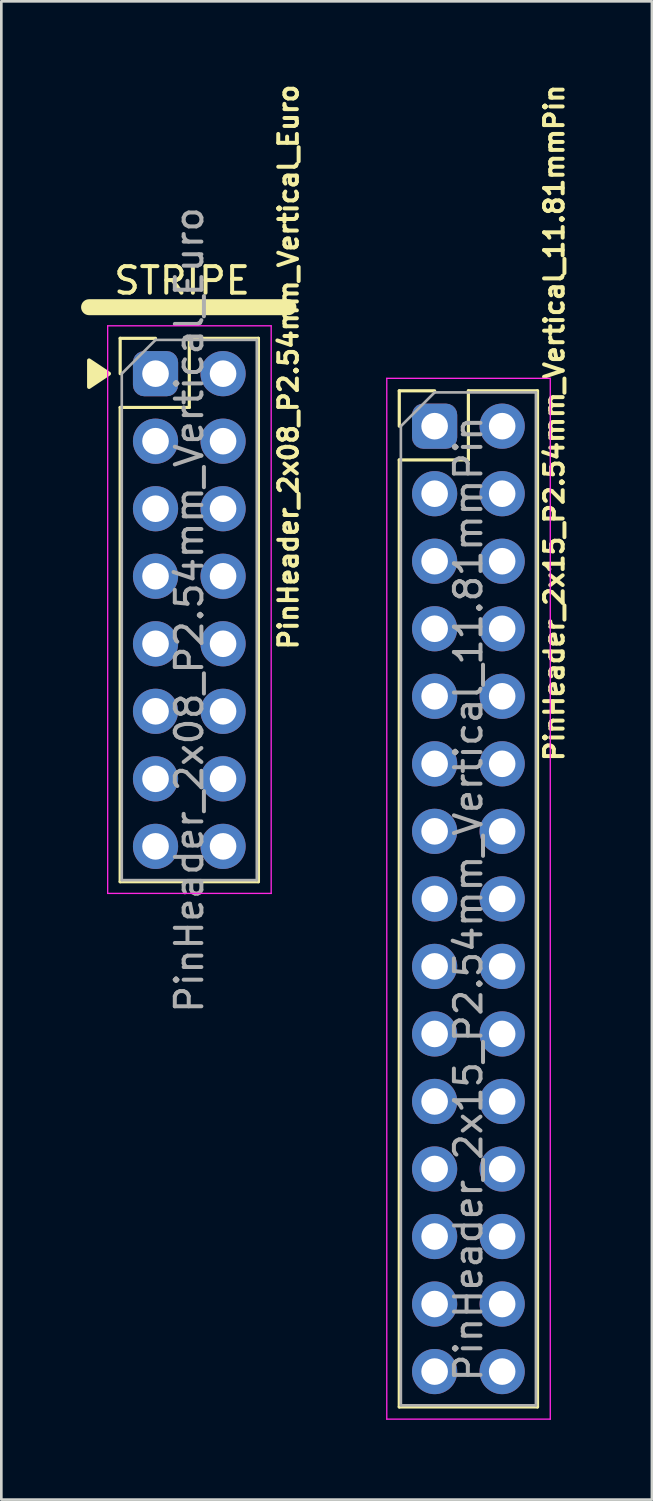
<source format=kicad_pcb>
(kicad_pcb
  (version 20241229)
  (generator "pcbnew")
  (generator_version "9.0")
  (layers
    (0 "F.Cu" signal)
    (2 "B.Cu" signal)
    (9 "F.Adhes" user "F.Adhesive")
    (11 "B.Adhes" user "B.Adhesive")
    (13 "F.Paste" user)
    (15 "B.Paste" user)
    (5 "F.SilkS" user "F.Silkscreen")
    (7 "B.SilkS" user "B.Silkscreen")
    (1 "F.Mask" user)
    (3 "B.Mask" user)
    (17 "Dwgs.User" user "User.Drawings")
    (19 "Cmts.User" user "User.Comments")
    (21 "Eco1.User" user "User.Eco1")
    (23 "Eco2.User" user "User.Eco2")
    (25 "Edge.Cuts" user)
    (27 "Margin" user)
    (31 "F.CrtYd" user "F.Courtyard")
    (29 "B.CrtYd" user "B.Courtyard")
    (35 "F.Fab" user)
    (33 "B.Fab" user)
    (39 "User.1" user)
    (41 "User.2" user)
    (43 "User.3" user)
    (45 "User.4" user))
  (footprint "PinHeader_2x15_P2.54mm_Vertical_11.81mmPin"
    (layer "F.Cu")
    (at 13.298 12.98)
    (property "Reference" "PinHeader_2x15_P2.54mm_Vertical_11.81mmPin" (at 4.5 -0.125 90) (layer "F.SilkS") (effects (font (size 0.7 0.7) (thickness 0.15))))
    (attr through_hole)
    (fp_line (start -1.33 -1.33) (end 0 -1.33) (stroke (width 0.12) (type solid)) (layer "F.SilkS"))
    (fp_line (start -1.33 0) (end -1.33 -1.33) (stroke (width 0.12) (type solid)) (layer "F.SilkS"))
    (fp_line (start -1.33 1.27) (end -1.33 36.89) (stroke (width 0.12) (type solid)) (layer "F.SilkS"))
    (fp_line (start -1.33 1.27) (end 1.27 1.27) (stroke (width 0.12) (type solid)) (layer "F.SilkS"))
    (fp_line (start -1.33 36.89) (end 3.87 36.89) (stroke (width 0.12) (type solid)) (layer "F.SilkS"))
    (fp_line (start 1.27 -1.33) (end 3.87 -1.33) (stroke (width 0.12) (type solid)) (layer "F.SilkS"))
    (fp_line (start 1.27 1.27) (end 1.27 -1.33) (stroke (width 0.12) (type solid)) (layer "F.SilkS"))
    (fp_line (start 3.87 -1.33) (end 3.87 36.89) (stroke (width 0.12) (type solid)) (layer "F.SilkS"))
    (fp_line (start -1.8 -1.8) (end -1.8 37.35) (stroke (width 0.05) (type solid)) (layer "F.CrtYd"))
    (fp_line (start -1.8 37.35) (end 4.35 37.35) (stroke (width 0.05) (type solid)) (layer "F.CrtYd"))
    (fp_line (start 4.35 -1.8) (end -1.8 -1.8) (stroke (width 0.05) (type solid)) (layer "F.CrtYd"))
    (fp_line (start 4.35 37.35) (end 4.35 -1.8) (stroke (width 0.05) (type solid)) (layer "F.CrtYd"))
    (fp_line (start -1.27 0) (end 0 -1.27) (stroke (width 0.1) (type solid)) (layer "F.Fab"))
    (fp_line (start -1.27 36.83) (end -1.27 0) (stroke (width 0.1) (type solid)) (layer "F.Fab"))
    (fp_line (start 0 -1.27) (end 3.81 -1.27) (stroke (width 0.1) (type solid)) (layer "F.Fab"))
    (fp_line (start 3.81 -1.27) (end 3.81 36.83) (stroke (width 0.1) (type solid)) (layer "F.Fab"))
    (fp_line (start 3.81 36.83) (end -1.27 36.83) (stroke (width 0.1) (type solid)) (layer "F.Fab"))
    (fp_text user "${REFERENCE}" (at 1.27 17.78 90) (layer "F.Fab") (effects (font (size 1 1) (thickness 0.15))))
    (pad "1" thru_hole roundrect (at 0 0) (size 1.7 1.7) (drill 1) (layers "*.Cu" "*.Mask") (roundrect_rratio 0.25))
    (pad "2" thru_hole oval (at 2.54 0) (size 1.7 1.7) (drill 1) (layers "*.Cu" "*.Mask"))
    (pad "3" thru_hole oval (at 0 2.54) (size 1.7 1.7) (drill 1) (layers "*.Cu" "*.Mask"))
    (pad "4" thru_hole oval (at 2.54 2.54) (size 1.7 1.7) (drill 1) (layers "*.Cu" "*.Mask"))
    (pad "5" thru_hole oval (at 0 5.08) (size 1.7 1.7) (drill 1) (layers "*.Cu" "*.Mask"))
    (pad "6" thru_hole oval (at 2.54 5.08) (size 1.7 1.7) (drill 1) (layers "*.Cu" "*.Mask"))
    (pad "7" thru_hole oval (at 0 7.62) (size 1.7 1.7) (drill 1) (layers "*.Cu" "*.Mask"))
    (pad "8" thru_hole oval (at 2.54 7.62) (size 1.7 1.7) (drill 1) (layers "*.Cu" "*.Mask"))
    (pad "9" thru_hole oval (at 0 10.16) (size 1.7 1.7) (drill 1) (layers "*.Cu" "*.Mask"))
    (pad "10" thru_hole oval (at 2.54 10.16) (size 1.7 1.7) (drill 1) (layers "*.Cu" "*.Mask"))
    (pad "11" thru_hole oval (at 0 12.7) (size 1.7 1.7) (drill 1) (layers "*.Cu" "*.Mask"))
    (pad "12" thru_hole oval (at 2.54 12.7) (size 1.7 1.7) (drill 1) (layers "*.Cu" "*.Mask"))
    (pad "13" thru_hole oval (at 0 15.24) (size 1.7 1.7) (drill 1) (layers "*.Cu" "*.Mask"))
    (pad "14" thru_hole oval (at 2.54 15.24) (size 1.7 1.7) (drill 1) (layers "*.Cu" "*.Mask"))
    (pad "15" thru_hole oval (at 0 17.78) (size 1.7 1.7) (drill 1) (layers "*.Cu" "*.Mask"))
    (pad "16" thru_hole oval (at 2.54 17.78) (size 1.7 1.7) (drill 1) (layers "*.Cu" "*.Mask"))
    (pad "17" thru_hole oval (at 0 20.32) (size 1.7 1.7) (drill 1) (layers "*.Cu" "*.Mask"))
    (pad "18" thru_hole oval (at 2.54 20.32) (size 1.7 1.7) (drill 1) (layers "*.Cu" "*.Mask"))
    (pad "19" thru_hole oval (at 0 22.86) (size 1.7 1.7) (drill 1) (layers "*.Cu" "*.Mask"))
    (pad "20" thru_hole oval (at 2.54 22.86) (size 1.7 1.7) (drill 1) (layers "*.Cu" "*.Mask"))
    (pad "21" thru_hole oval (at 0 25.4) (size 1.7 1.7) (drill 1) (layers "*.Cu" "*.Mask"))
    (pad "22" thru_hole oval (at 2.54 25.4) (size 1.7 1.7) (drill 1) (layers "*.Cu" "*.Mask"))
    (pad "23" thru_hole oval (at 0 27.94) (size 1.7 1.7) (drill 1) (layers "*.Cu" "*.Mask"))
    (pad "24" thru_hole oval (at 2.54 27.94) (size 1.7 1.7) (drill 1) (layers "*.Cu" "*.Mask"))
    (pad "25" thru_hole oval (at 0 30.48) (size 1.7 1.7) (drill 1) (layers "*.Cu" "*.Mask"))
    (pad "26" thru_hole oval (at 2.54 30.48) (size 1.7 1.7) (drill 1) (layers "*.Cu" "*.Mask"))
    (pad "27" thru_hole oval (at 0 33.02) (size 1.7 1.7) (drill 1) (layers "*.Cu" "*.Mask"))
    (pad "28" thru_hole oval (at 2.54 33.02) (size 1.7 1.7) (drill 1) (layers "*.Cu" "*.Mask"))
    (pad "29" thru_hole oval (at 0 35.56) (size 1.7 1.7) (drill 1) (layers "*.Cu" "*.Mask"))
    (pad "30" thru_hole oval (at 2.54 35.56) (size 1.7 1.7) (drill 1) (layers "*.Cu" "*.Mask")))
  (footprint "PinHeader_2x08_P2.54mm_Vertical_Euro"
    (layer "F.Cu")
    (at 2.8 11.005)
    (property "Reference" "PinHeader_2x08_P2.54mm_Vertical_Euro" (at 5 -0.25 270) (layer "F.SilkS") (effects (font (size 0.7 0.7) (thickness 0.15))))
    (attr through_hole)
    (fp_line (start -1.33 -1.33) (end 0 -1.33) (stroke (width 0.12) (type solid)) (layer "F.SilkS"))
    (fp_line (start -1.33 0) (end -1.33 -1.33) (stroke (width 0.12) (type solid)) (layer "F.SilkS"))
    (fp_line (start -1.33 1.27) (end -1.33 19.11) (stroke (width 0.12) (type solid)) (layer "F.SilkS"))
    (fp_line (start -1.33 1.27) (end 1.27 1.27) (stroke (width 0.12) (type solid)) (layer "F.SilkS"))
    (fp_line (start -1.33 19.11) (end 3.87 19.11) (stroke (width 0.12) (type solid)) (layer "F.SilkS"))
    (fp_line (start 1.27 -1.33) (end 3.87 -1.33) (stroke (width 0.12) (type solid)) (layer "F.SilkS"))
    (fp_line (start 1.27 1.27) (end 1.27 -1.33) (stroke (width 0.12) (type solid)) (layer "F.SilkS"))
    (fp_line (start 3.87 -1.33) (end 3.87 19.11) (stroke (width 0.12) (type solid)) (layer "F.SilkS"))
    (fp_line (start 5 -2.5) (end -2.5 -2.5) (stroke (width 0.6) (type solid)) (layer "F.SilkS"))
    (fp_poly (pts (xy -1.75 0) (xy -2.5 -0.5) (xy -2.5 0.5)) (stroke (width 0.15) (type solid)) (fill yes) (layer "F.SilkS"))
    (fp_line (start -1.8 -1.8) (end -1.8 19.55) (stroke (width 0.05) (type solid)) (layer "F.CrtYd"))
    (fp_line (start -1.8 19.55) (end 4.35 19.55) (stroke (width 0.05) (type solid)) (layer "F.CrtYd"))
    (fp_line (start 4.35 -1.8) (end -1.8 -1.8) (stroke (width 0.05) (type solid)) (layer "F.CrtYd"))
    (fp_line (start 4.35 19.55) (end 4.35 -1.8) (stroke (width 0.05) (type solid)) (layer "F.CrtYd"))
    (fp_line (start -1.27 0) (end 0 -1.27) (stroke (width 0.1) (type solid)) (layer "F.Fab"))
    (fp_line (start -1.27 19.05) (end -1.27 0) (stroke (width 0.1) (type solid)) (layer "F.Fab"))
    (fp_line (start 0 -1.27) (end 3.81 -1.27) (stroke (width 0.1) (type solid)) (layer "F.Fab"))
    (fp_line (start 3.81 -1.27) (end 3.81 19.05) (stroke (width 0.1) (type solid)) (layer "F.Fab"))
    (fp_line (start 3.81 19.05) (end -1.27 19.05) (stroke (width 0.1) (type solid)) (layer "F.Fab"))
    (fp_text user "STRIPE" (at 1 -3.5 0) (layer "F.SilkS") (effects (font (size 1 1) (thickness 0.15))))
    (fp_text user "${REFERENCE}" (at 1.27 8.89 90) (layer "F.Fab") (effects (font (size 1 1) (thickness 0.15))))
    (pad "1" thru_hole roundrect (at 0 0) (size 1.7 1.7) (drill 1) (layers "*.Cu" "*.Mask") (roundrect_rratio 0.25))
    (pad "2" thru_hole oval (at 2.54 0) (size 1.7 1.7) (drill 1) (layers "*.Cu" "*.Mask"))
    (pad "3" thru_hole oval (at 0 2.54) (size 1.7 1.7) (drill 1) (layers "*.Cu" "*.Mask"))
    (pad "4" thru_hole oval (at 2.54 2.54) (size 1.7 1.7) (drill 1) (layers "*.Cu" "*.Mask"))
    (pad "5" thru_hole oval (at 0 5.08) (size 1.7 1.7) (drill 1) (layers "*.Cu" "*.Mask"))
    (pad "6" thru_hole oval (at 2.54 5.08) (size 1.7 1.7) (drill 1) (layers "*.Cu" "*.Mask"))
    (pad "7" thru_hole oval (at 0 7.62) (size 1.7 1.7) (drill 1) (layers "*.Cu" "*.Mask"))
    (pad "8" thru_hole oval (at 2.54 7.62) (size 1.7 1.7) (drill 1) (layers "*.Cu" "*.Mask"))
    (pad "9" thru_hole oval (at 0 10.16) (size 1.7 1.7) (drill 1) (layers "*.Cu" "*.Mask"))
    (pad "10" thru_hole oval (at 2.54 10.16) (size 1.7 1.7) (drill 1) (layers "*.Cu" "*.Mask"))
    (pad "11" thru_hole oval (at 0 12.7) (size 1.7 1.7) (drill 1) (layers "*.Cu" "*.Mask"))
    (pad "12" thru_hole oval (at 2.54 12.7) (size 1.7 1.7) (drill 1) (layers "*.Cu" "*.Mask"))
    (pad "13" thru_hole oval (at 0 15.24) (size 1.7 1.7) (drill 1) (layers "*.Cu" "*.Mask"))
    (pad "14" thru_hole oval (at 2.54 15.24) (size 1.7 1.7) (drill 1) (layers "*.Cu" "*.Mask"))
    (pad "15" thru_hole oval (at 0 17.78) (size 1.7 1.7) (drill 1) (layers "*.Cu" "*.Mask"))
    (pad "16" thru_hole oval (at 2.54 17.78) (size 1.7 1.7) (drill 1) (layers "*.Cu" "*.Mask")))
  (gr_rect
    (start -3 -3)
    (end 21.471 53.355)
    (stroke (width 0.1) (type default))
    (fill no)
    (layer "Edge.Cuts")))
</source>
